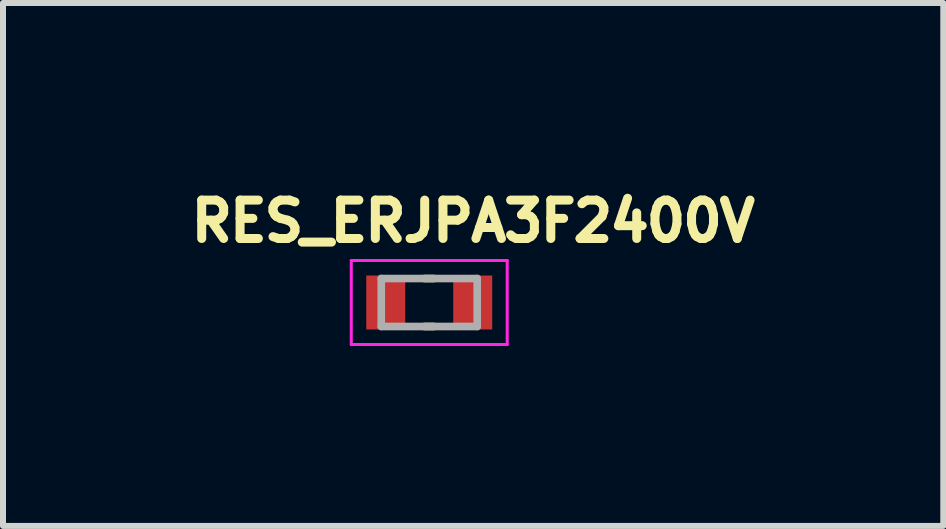
<source format=kicad_pcb>
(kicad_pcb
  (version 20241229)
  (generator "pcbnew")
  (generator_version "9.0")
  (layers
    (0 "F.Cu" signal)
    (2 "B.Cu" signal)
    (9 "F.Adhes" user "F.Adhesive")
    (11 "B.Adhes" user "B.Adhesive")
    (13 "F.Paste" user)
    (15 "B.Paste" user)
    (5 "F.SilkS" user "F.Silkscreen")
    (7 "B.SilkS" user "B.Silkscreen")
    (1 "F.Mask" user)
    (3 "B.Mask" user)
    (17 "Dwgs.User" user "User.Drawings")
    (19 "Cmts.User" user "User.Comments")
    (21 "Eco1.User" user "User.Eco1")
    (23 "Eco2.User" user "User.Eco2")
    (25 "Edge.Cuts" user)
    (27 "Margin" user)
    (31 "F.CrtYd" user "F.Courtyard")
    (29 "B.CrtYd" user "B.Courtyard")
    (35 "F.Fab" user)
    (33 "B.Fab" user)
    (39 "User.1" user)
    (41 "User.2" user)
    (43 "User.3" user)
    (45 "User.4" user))
  (footprint "RES_ERJPA3F2400V"
    (layer "F.Cu")
    (at 4.107 1.994)
    (property "Reference" "RES_ERJPA3F2400V" (at 0.732 -1.356 0) (layer "F.SilkS") (effects (font (size 0.64 0.64) (thickness 0.15))))
    (attr smd)
    (fp_line (start -0.08 -0.4) (end 0.08 -0.4) (stroke (width 0.127) (type solid)) (layer "F.SilkS"))
    (fp_line (start -0.08 0.4) (end 0.08 0.4) (stroke (width 0.127) (type solid)) (layer "F.SilkS"))
    (fp_line (start -1.3 -0.7) (end -1.3 0.7) (stroke (width 0.05) (type solid)) (layer "F.CrtYd"))
    (fp_line (start -1.3 0.7) (end 1.3 0.7) (stroke (width 0.05) (type solid)) (layer "F.CrtYd"))
    (fp_line (start 1.3 -0.7) (end -1.3 -0.7) (stroke (width 0.05) (type solid)) (layer "F.CrtYd"))
    (fp_line (start 1.3 0.7) (end 1.3 -0.7) (stroke (width 0.05) (type solid)) (layer "F.CrtYd"))
    (fp_line (start -0.8 -0.4) (end -0.8 0.4) (stroke (width 0.127) (type solid)) (layer "F.Fab"))
    (fp_line (start -0.8 -0.4) (end 0.8 -0.4) (stroke (width 0.127) (type solid)) (layer "F.Fab"))
    (fp_line (start -0.8 0.4) (end 0.8 0.4) (stroke (width 0.127) (type solid)) (layer "F.Fab"))
    (fp_line (start 0.8 -0.4) (end 0.8 0.4) (stroke (width 0.127) (type solid)) (layer "F.Fab"))
    (pad "1" smd rect (at -0.725 0) (size 0.65 0.9) (layers "F.Cu" "F.Mask" "F.Paste"))
    (pad "2" smd rect (at 0.725 0) (size 0.65 0.9) (layers "F.Cu" "F.Mask" "F.Paste")))
  (gr_rect
    (start -3 -3)
    (end 12.678 5.719)
    (stroke (width 0.1) (type default))
    (fill no)
    (layer "Edge.Cuts")))
</source>
